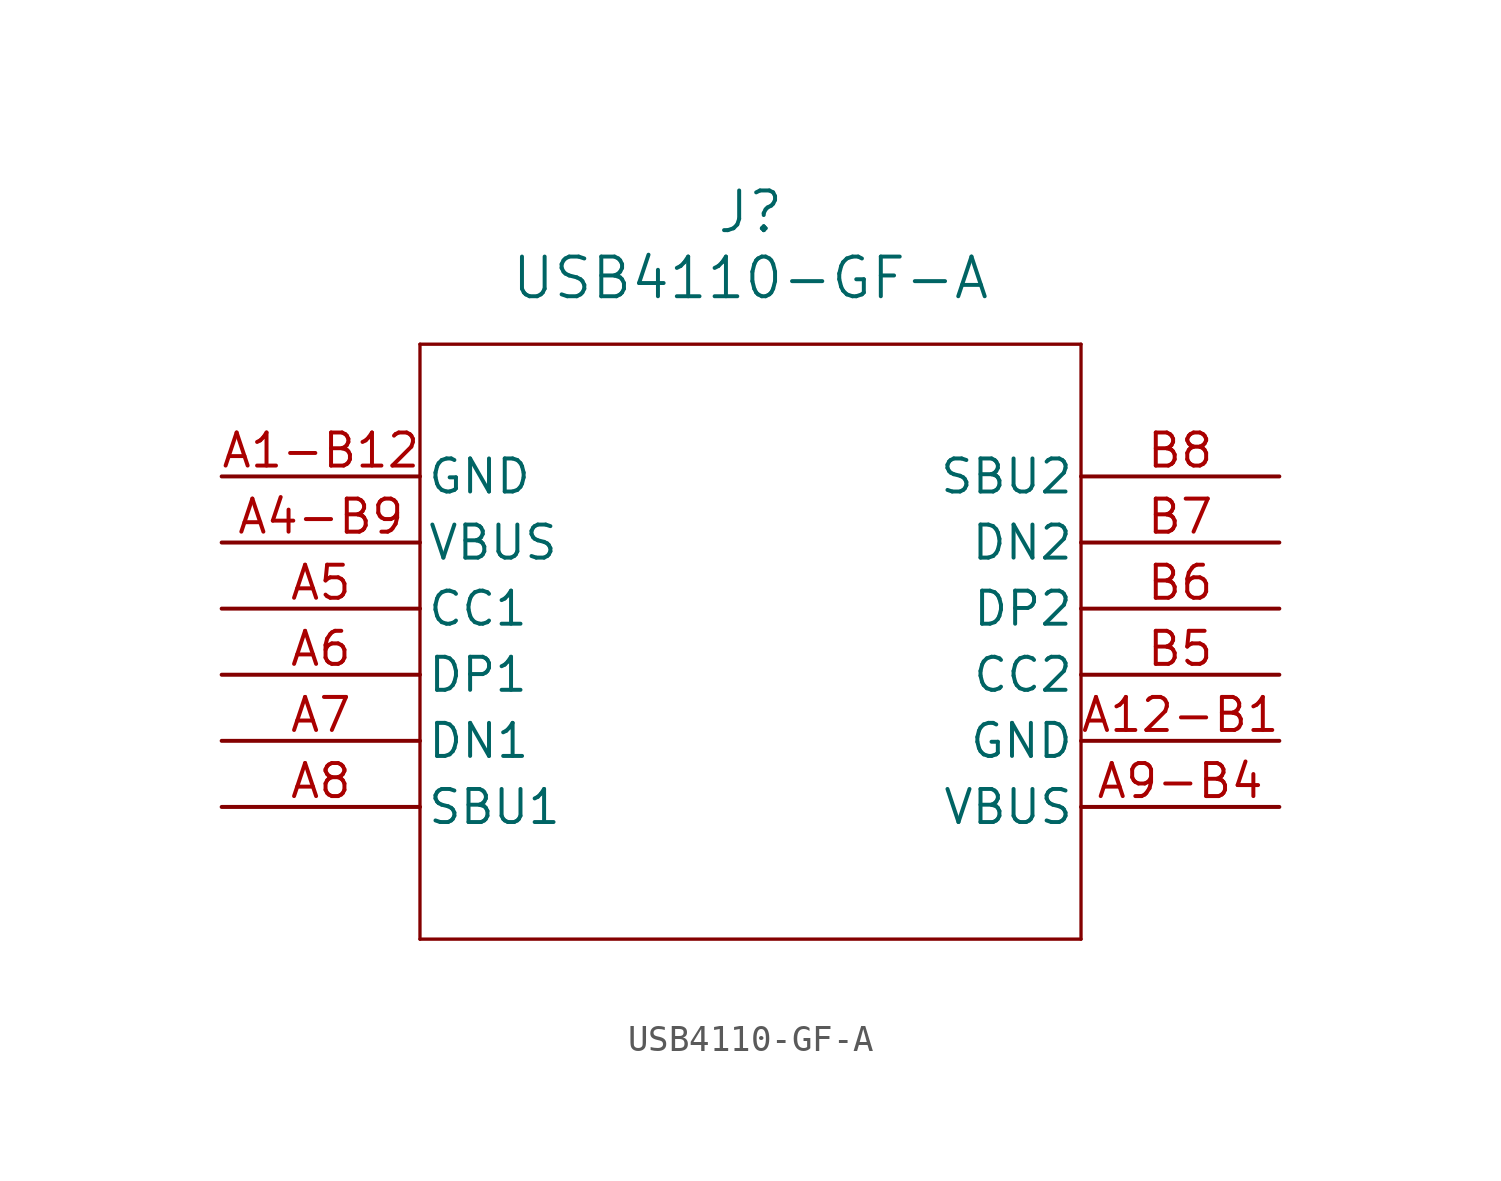
<source format=kicad_sym>
(kicad_symbol_lib
  (version 20211014)
  (generator kicad_symbol_editor)
  (symbol "USB4110-GF-A"
    (pin_names
      (offset 0.254))
    (property "Reference" "J"
      (at 20.32 10.16 0)
      (effects (font (size 1.524 1.524))))
    (property "Value" "USB4110-GF-A"
      (at 20.32 7.62 0)
      (effects (font (size 1.524 1.524))))
    (polyline
      (pts (xy 7.62 5.08) (xy 7.62 -17.78))
      (stroke (width 0.127) (type default) (color 0 0 0 0))
      (fill (type none)))
    (polyline
      (pts (xy 7.62 -17.78) (xy 33.02 -17.78))
      (stroke (width 0.127) (type default) (color 0 0 0 0))
      (fill (type none)))
    (polyline
      (pts (xy 33.02 -17.78) (xy 33.02 5.08))
      (stroke (width 0.127) (type default) (color 0 0 0 0))
      (fill (type none)))
    (polyline
      (pts (xy 33.02 5.08) (xy 7.62 5.08))
      (stroke (width 0.127) (type default) (color 0 0 0 0))
      (fill (type none)))
    (pin power_out line
      (at 0 0 0)
      (length 7.62)
      (name "GND" (effects (font (size 1.27 1.27))))
      (number "A1-B12" (effects (font (size 1.27 1.27)))))
    (pin power_in line
      (at 0 -2.54 0)
      (length 7.62)
      (name "VBUS" (effects (font (size 1.27 1.27))))
      (number "A4-B9" (effects (font (size 1.27 1.27)))))
    (pin bidirectional line
      (at 0 -5.08 0)
      (length 7.62)
      (name "CC1" (effects (font (size 1.27 1.27))))
      (number "A5" (effects (font (size 1.27 1.27)))))
    (pin bidirectional line
      (at 0 -7.62 0)
      (length 7.62)
      (name "DP1" (effects (font (size 1.27 1.27))))
      (number "A6" (effects (font (size 1.27 1.27)))))
    (pin bidirectional line
      (at 0 -10.16 0)
      (length 7.62)
      (name "DN1" (effects (font (size 1.27 1.27))))
      (number "A7" (effects (font (size 1.27 1.27)))))
    (pin bidirectional line
      (at 0 -12.7 0)
      (length 7.62)
      (name "SBU1" (effects (font (size 1.27 1.27))))
      (number "A8" (effects (font (size 1.27 1.27)))))
    (pin power_in line
      (at 40.64 -12.7 180)
      (length 7.62)
      (name "VBUS" (effects (font (size 1.27 1.27))))
      (number "A9-B4" (effects (font (size 1.27 1.27)))))
    (pin power_out line
      (at 40.64 -10.16 180)
      (length 7.62)
      (name "GND" (effects (font (size 1.27 1.27))))
      (number "A12-B1" (effects (font (size 1.27 1.27)))))
    (pin bidirectional line
      (at 40.64 -7.62 180)
      (length 7.62)
      (name "CC2" (effects (font (size 1.27 1.27))))
      (number "B5" (effects (font (size 1.27 1.27)))))
    (pin bidirectional line
      (at 40.64 -5.08 180)
      (length 7.62)
      (name "DP2" (effects (font (size 1.27 1.27))))
      (number "B6" (effects (font (size 1.27 1.27)))))
    (pin bidirectional line
      (at 40.64 -2.54 180)
      (length 7.62)
      (name "DN2" (effects (font (size 1.27 1.27))))
      (number "B7" (effects (font (size 1.27 1.27)))))
    (pin bidirectional line
      (at 40.64 0 180)
      (length 7.62)
      (name "SBU2" (effects (font (size 1.27 1.27))))
      (number "B8" (effects (font (size 1.27 1.27)))))))
</source>
